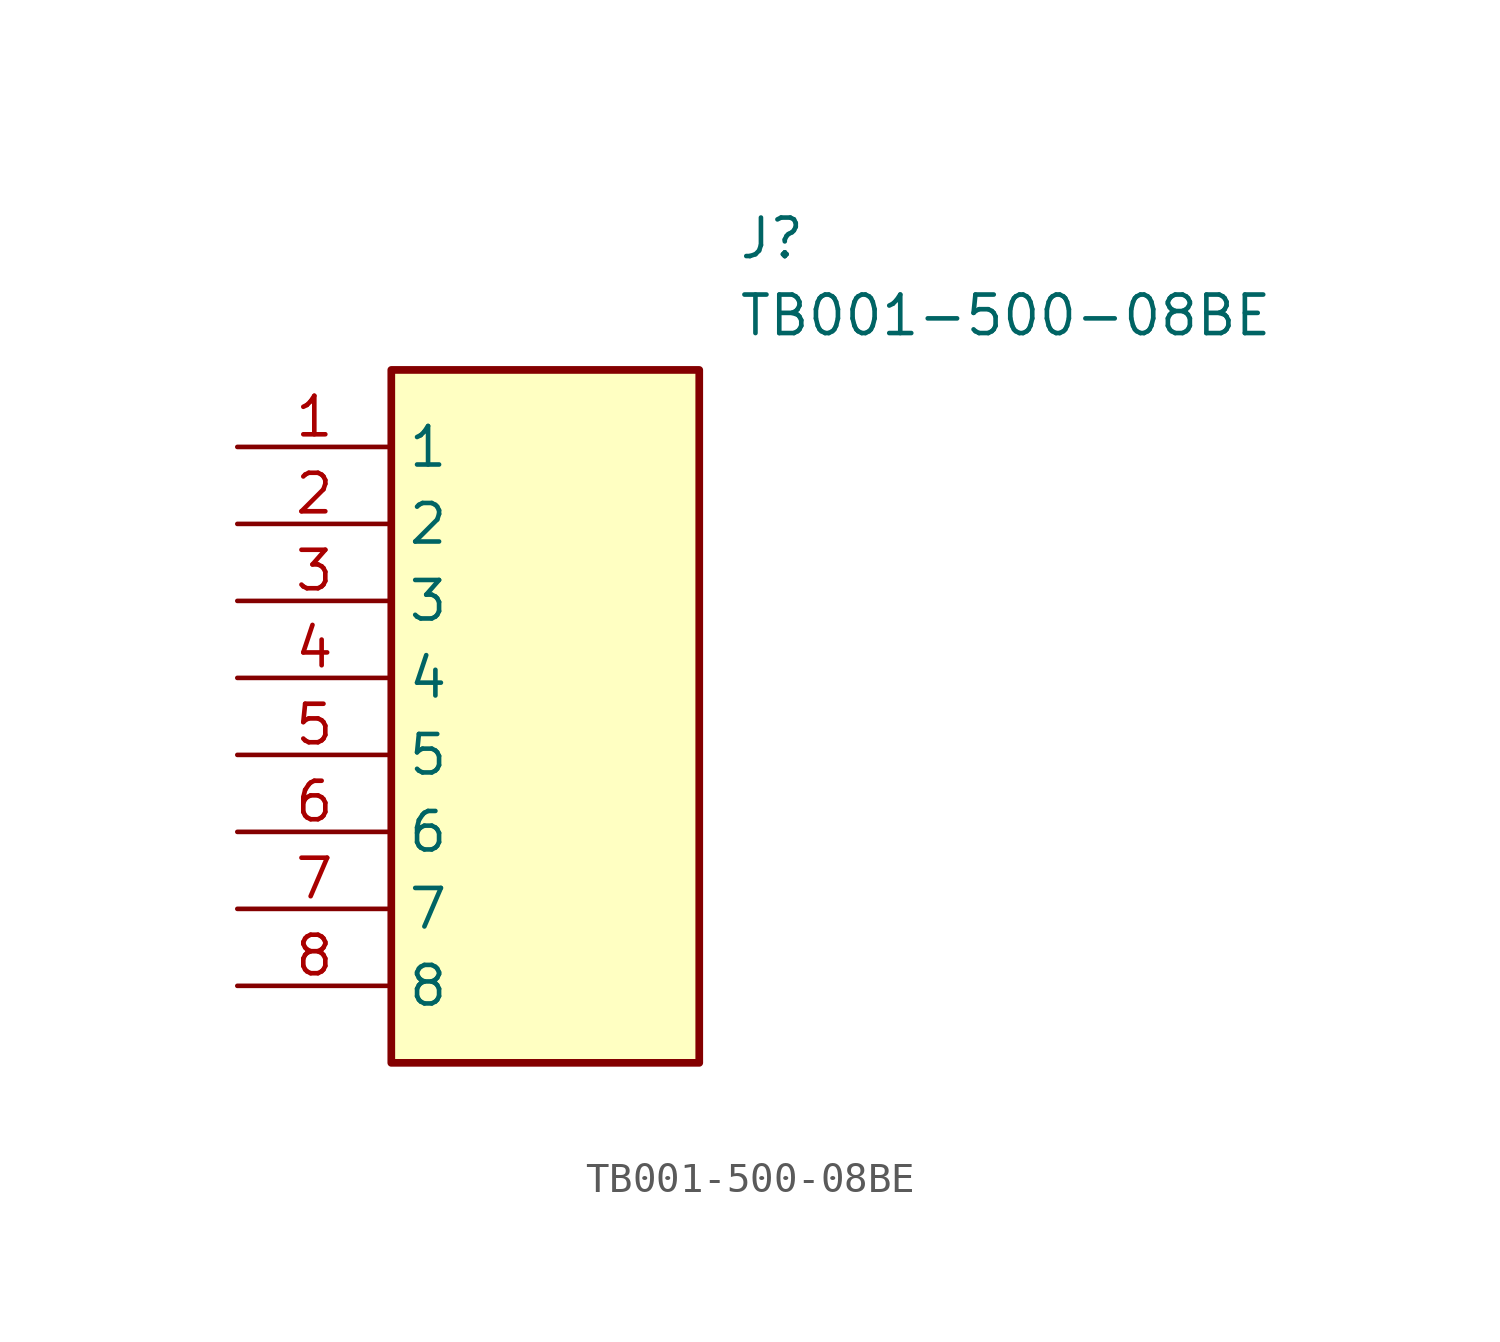
<source format=kicad_sym>
(kicad_symbol_lib
  (version 20211014)
  (generator SamacSys_ECAD_Model)
  (symbol "TB001-500-08BE"
    (property "Reference" "J"
      (at 16.51 7.62 0)
      (effects (font (size 1.27 1.27)) (justify left top)))
    (property "Value" "TB001-500-08BE"
      (at 16.51 5.08 0)
      (effects (font (size 1.27 1.27)) (justify left top)))
    (rectangle
      (start 5.08 2.54)
      (end 15.24 -20.32)
      (stroke (width 0.254) (type default))
      (fill (type background)))
    (pin passive line
      (at 0 0 0)
      (length 5.08)
      (name "1" (effects (font (size 1.27 1.27))))
      (number "1" (effects (font (size 1.27 1.27)))))
    (pin passive line
      (at 0 -2.54 0)
      (length 5.08)
      (name "2" (effects (font (size 1.27 1.27))))
      (number "2" (effects (font (size 1.27 1.27)))))
    (pin passive line
      (at 0 -5.08 0)
      (length 5.08)
      (name "3" (effects (font (size 1.27 1.27))))
      (number "3" (effects (font (size 1.27 1.27)))))
    (pin passive line
      (at 0 -7.62 0)
      (length 5.08)
      (name "4" (effects (font (size 1.27 1.27))))
      (number "4" (effects (font (size 1.27 1.27)))))
    (pin passive line
      (at 0 -10.16 0)
      (length 5.08)
      (name "5" (effects (font (size 1.27 1.27))))
      (number "5" (effects (font (size 1.27 1.27)))))
    (pin passive line
      (at 0 -12.7 0)
      (length 5.08)
      (name "6" (effects (font (size 1.27 1.27))))
      (number "6" (effects (font (size 1.27 1.27)))))
    (pin passive line
      (at 0 -15.24 0)
      (length 5.08)
      (name "7" (effects (font (size 1.27 1.27))))
      (number "7" (effects (font (size 1.27 1.27)))))
    (pin passive line
      (at 0 -17.78 0)
      (length 5.08)
      (name "8" (effects (font (size 1.27 1.27))))
      (number "8" (effects (font (size 1.27 1.27)))))))
</source>
